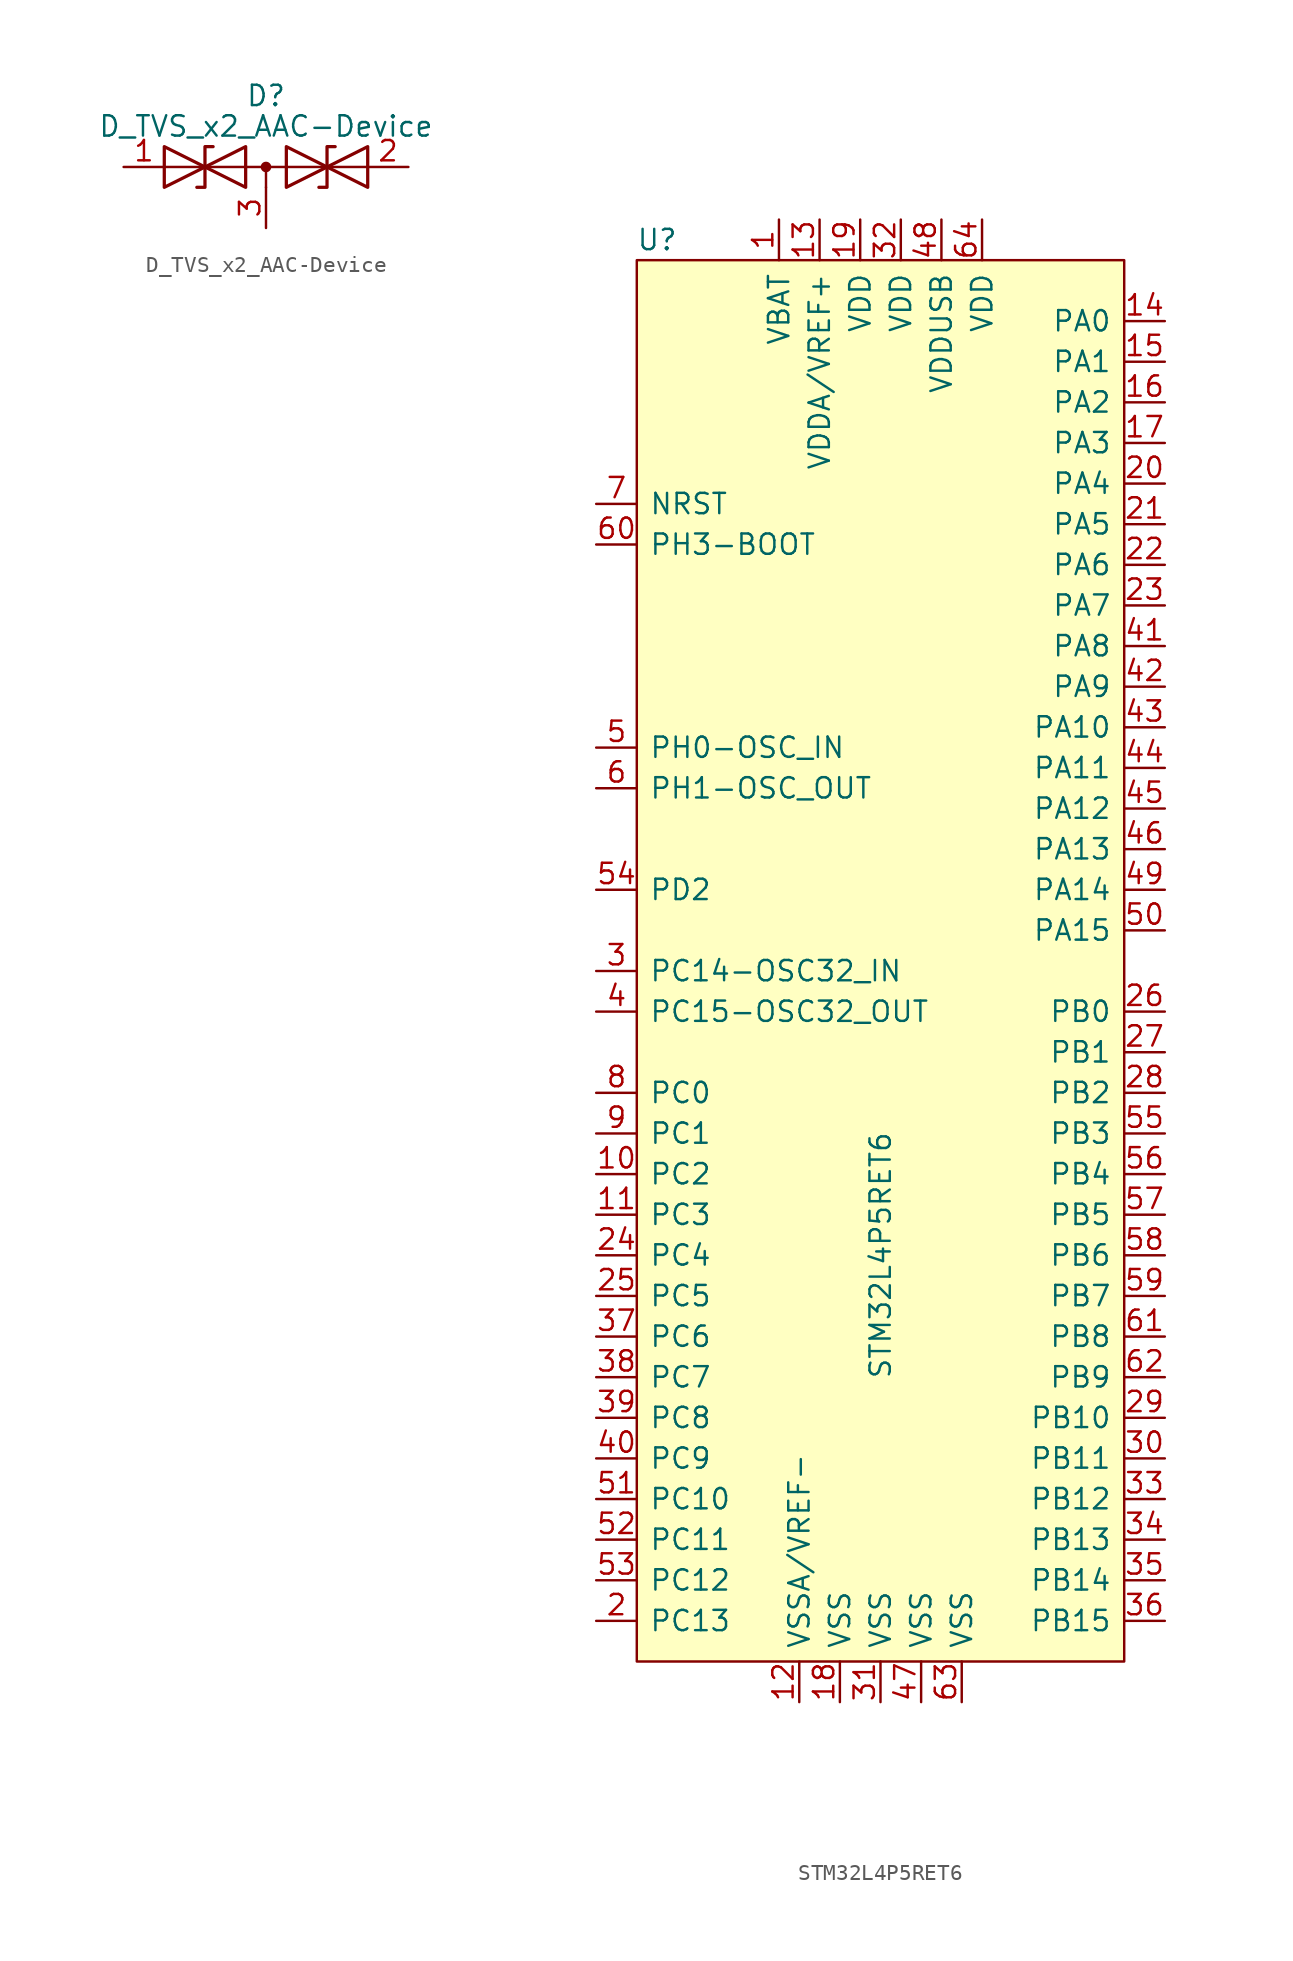
<source format=kicad_sym>
(kicad_symbol_lib
  (version 20211014)
  (generator kicad_symbol_editor)
  (symbol "D_TVS_x2_AAC-Device"
    (pin_names
      (offset 1.016) hide)
    (property "Reference" "D"
      (at 0 4.445 0)
      (effects (font (size 1.27 1.27))))
    (property "Value" "D_TVS_x2_AAC-Device"
      (at 0 2.54 0)
      (effects (font (size 1.27 1.27))))
    (symbol "D_TVS_x2_AAC-Device_0_0"
      (polyline (pts (xy 0 -1.27) (xy 0 0)) (stroke (width 0) (type default) (color 0 0 0 0)) (fill (type none))))
    (symbol "D_TVS_x2_AAC-Device_0_1"
      (polyline (pts (xy -6.35 0) (xy 6.35 0)) (stroke (width 0) (type default) (color 0 0 0 0)) (fill (type none)))
      (polyline (pts (xy -3.302 1.27) (xy -3.81 1.27) (xy -3.81 -1.27) (xy -4.318 -1.27)) (stroke (width 0.203) (type default) (color 0 0 0 0)) (fill (type none)))
      (polyline (pts (xy 4.318 1.27) (xy 3.81 1.27) (xy 3.81 -1.27) (xy 3.302 -1.27)) (stroke (width 0.203) (type default) (color 0 0 0 0)) (fill (type none)))
      (polyline (pts (xy -6.35 -1.27) (xy -1.27 1.27) (xy -1.27 -1.27) (xy -6.35 1.27) (xy -6.35 -1.27)) (stroke (width 0.203) (type default) (color 0 0 0 0)) (fill (type none)))
      (polyline (pts (xy 1.27 -1.27) (xy 1.27 1.27) (xy 6.35 -1.27) (xy 6.35 1.27) (xy 1.27 -1.27)) (stroke (width 0.203) (type default) (color 0 0 0 0)) (fill (type none)))
      (circle (center 0 0) (radius 0.254) (stroke (width 0) (type default) (color 0 0 0 0)) (fill (type outline))))
    (symbol "D_TVS_x2_AAC-Device_1_1"
      (pin passive line (at -8.89 0 0) (length 2.54) (name "A1" (effects (font (size 1.27 1.27)))) (number "1" (effects (font (size 1.27 1.27)))))
      (pin passive line (at 8.89 0 180) (length 2.54) (name "A2" (effects (font (size 1.27 1.27)))) (number "2" (effects (font (size 1.27 1.27)))))
      (pin input line (at 0 -3.81 90) (length 2.54) (name "common" (effects (font (size 1.27 1.27)))) (number "3" (effects (font (size 1.27 1.27)))))))
  (symbol "STM32L4P5RET6"
    (pin_names
      (offset 0.762))
    (property "Reference" "U"
      (at -13.97 43.18 0)
      (effects (font (size 1.27 1.27))))
    (property "Value" "STM32L4P5RET6"
      (at 0 -20.32 90)
      (effects (font (size 1.27 1.27))))
    (symbol "STM32L4P5RET6_0_0"
      (pin power_in line (at -6.35 44.45 270) (length 2.54) (name "VBAT" (effects (font (size 1.27 1.27)))) (number "1" (effects (font (size 1.27 1.27)))))
      (pin bidirectional line (at -17.78 -15.24 0) (length 2.54) (name "PC2" (effects (font (size 1.27 1.27)))) (number "10" (effects (font (size 1.27 1.27)))))
      (pin bidirectional line (at -17.78 -17.78 0) (length 2.54) (name "PC3" (effects (font (size 1.27 1.27)))) (number "11" (effects (font (size 1.27 1.27)))))
      (pin power_in line (at -5.08 -48.26 90) (length 2.54) (name "VSSA/VREF-" (effects (font (size 1.27 1.27)))) (number "12" (effects (font (size 1.27 1.27)))))
      (pin power_in line (at -3.81 44.45 270) (length 2.54) (name "VDDA/VREF+" (effects (font (size 1.27 1.27)))) (number "13" (effects (font (size 1.27 1.27)))))
      (pin bidirectional line (at 17.78 38.1 180) (length 2.54) (name "PA0" (effects (font (size 1.27 1.27)))) (number "14" (effects (font (size 1.27 1.27)))))
      (pin bidirectional line (at 17.78 35.56 180) (length 2.54) (name "PA1" (effects (font (size 1.27 1.27)))) (number "15" (effects (font (size 1.27 1.27)))))
      (pin bidirectional line (at 17.78 33.02 180) (length 2.54) (name "PA2" (effects (font (size 1.27 1.27)))) (number "16" (effects (font (size 1.27 1.27)))))
      (pin bidirectional line (at 17.78 30.48 180) (length 2.54) (name "PA3" (effects (font (size 1.27 1.27)))) (number "17" (effects (font (size 1.27 1.27)))))
      (pin power_in line (at -2.54 -48.26 90) (length 2.54) (name "VSS" (effects (font (size 1.27 1.27)))) (number "18" (effects (font (size 1.27 1.27)))))
      (pin power_in line (at -1.27 44.45 270) (length 2.54) (name "VDD" (effects (font (size 1.27 1.27)))) (number "19" (effects (font (size 1.27 1.27)))))
      (pin bidirectional line (at -17.78 -43.18 0) (length 2.54) (name "PC13" (effects (font (size 1.27 1.27)))) (number "2" (effects (font (size 1.27 1.27)))))
      (pin bidirectional line (at 17.78 27.94 180) (length 2.54) (name "PA4" (effects (font (size 1.27 1.27)))) (number "20" (effects (font (size 1.27 1.27)))))
      (pin bidirectional line (at 17.78 25.4 180) (length 2.54) (name "PA5" (effects (font (size 1.27 1.27)))) (number "21" (effects (font (size 1.27 1.27)))))
      (pin bidirectional line (at 17.78 22.86 180) (length 2.54) (name "PA6" (effects (font (size 1.27 1.27)))) (number "22" (effects (font (size 1.27 1.27)))))
      (pin bidirectional line (at 17.78 20.32 180) (length 2.54) (name "PA7" (effects (font (size 1.27 1.27)))) (number "23" (effects (font (size 1.27 1.27)))))
      (pin bidirectional line (at -17.78 -20.32 0) (length 2.54) (name "PC4" (effects (font (size 1.27 1.27)))) (number "24" (effects (font (size 1.27 1.27)))))
      (pin bidirectional line (at -17.78 -22.86 0) (length 2.54) (name "PC5" (effects (font (size 1.27 1.27)))) (number "25" (effects (font (size 1.27 1.27)))))
      (pin bidirectional line (at 17.78 -5.08 180) (length 2.54) (name "PB0" (effects (font (size 1.27 1.27)))) (number "26" (effects (font (size 1.27 1.27)))))
      (pin bidirectional line (at 17.78 -7.62 180) (length 2.54) (name "PB1" (effects (font (size 1.27 1.27)))) (number "27" (effects (font (size 1.27 1.27)))))
      (pin bidirectional line (at 17.78 -10.16 180) (length 2.54) (name "PB2" (effects (font (size 1.27 1.27)))) (number "28" (effects (font (size 1.27 1.27)))))
      (pin bidirectional line (at 17.78 -30.48 180) (length 2.54) (name "PB10" (effects (font (size 1.27 1.27)))) (number "29" (effects (font (size 1.27 1.27)))))
      (pin bidirectional line (at -17.78 -2.54 0) (length 2.54) (name "PC14-OSC32_IN" (effects (font (size 1.27 1.27)))) (number "3" (effects (font (size 1.27 1.27)))))
      (pin bidirectional line (at 17.78 -33.02 180) (length 2.54) (name "PB11" (effects (font (size 1.27 1.27)))) (number "30" (effects (font (size 1.27 1.27)))))
      (pin power_in line (at 0 -48.26 90) (length 2.54) (name "VSS" (effects (font (size 1.27 1.27)))) (number "31" (effects (font (size 1.27 1.27)))))
      (pin power_in line (at 1.27 44.45 270) (length 2.54) (name "VDD" (effects (font (size 1.27 1.27)))) (number "32" (effects (font (size 1.27 1.27)))))
      (pin bidirectional line (at 17.78 -35.56 180) (length 2.54) (name "PB12" (effects (font (size 1.27 1.27)))) (number "33" (effects (font (size 1.27 1.27)))))
      (pin bidirectional line (at 17.78 -38.1 180) (length 2.54) (name "PB13" (effects (font (size 1.27 1.27)))) (number "34" (effects (font (size 1.27 1.27)))))
      (pin bidirectional line (at 17.78 -40.64 180) (length 2.54) (name "PB14" (effects (font (size 1.27 1.27)))) (number "35" (effects (font (size 1.27 1.27)))))
      (pin bidirectional line (at 17.78 -43.18 180) (length 2.54) (name "PB15" (effects (font (size 1.27 1.27)))) (number "36" (effects (font (size 1.27 1.27)))))
      (pin bidirectional line (at -17.78 -25.4 0) (length 2.54) (name "PC6" (effects (font (size 1.27 1.27)))) (number "37" (effects (font (size 1.27 1.27)))))
      (pin bidirectional line (at -17.78 -27.94 0) (length 2.54) (name "PC7" (effects (font (size 1.27 1.27)))) (number "38" (effects (font (size 1.27 1.27)))))
      (pin bidirectional line (at -17.78 -30.48 0) (length 2.54) (name "PC8" (effects (font (size 1.27 1.27)))) (number "39" (effects (font (size 1.27 1.27)))))
      (pin bidirectional line (at -17.78 -5.08 0) (length 2.54) (name "PC15-OSC32_OUT" (effects (font (size 1.27 1.27)))) (number "4" (effects (font (size 1.27 1.27)))))
      (pin bidirectional line (at -17.78 -33.02 0) (length 2.54) (name "PC9" (effects (font (size 1.27 1.27)))) (number "40" (effects (font (size 1.27 1.27)))))
      (pin bidirectional line (at 17.78 17.78 180) (length 2.54) (name "PA8" (effects (font (size 1.27 1.27)))) (number "41" (effects (font (size 1.27 1.27)))))
      (pin bidirectional line (at 17.78 15.24 180) (length 2.54) (name "PA9" (effects (font (size 1.27 1.27)))) (number "42" (effects (font (size 1.27 1.27)))))
      (pin bidirectional line (at 17.78 12.7 180) (length 2.54) (name "PA10" (effects (font (size 1.27 1.27)))) (number "43" (effects (font (size 1.27 1.27)))))
      (pin bidirectional line (at 17.78 10.16 180) (length 2.54) (name "PA11" (effects (font (size 1.27 1.27)))) (number "44" (effects (font (size 1.27 1.27)))))
      (pin bidirectional line (at 17.78 7.62 180) (length 2.54) (name "PA12" (effects (font (size 1.27 1.27)))) (number "45" (effects (font (size 1.27 1.27)))))
      (pin bidirectional line (at 17.78 5.08 180) (length 2.54) (name "PA13" (effects (font (size 1.27 1.27)))) (number "46" (effects (font (size 1.27 1.27)))))
      (pin power_in line (at 2.54 -48.26 90) (length 2.54) (name "VSS" (effects (font (size 1.27 1.27)))) (number "47" (effects (font (size 1.27 1.27)))))
      (pin power_in line (at 3.81 44.45 270) (length 2.54) (name "VDDUSB" (effects (font (size 1.27 1.27)))) (number "48" (effects (font (size 1.27 1.27)))))
      (pin bidirectional line (at 17.78 2.54 180) (length 2.54) (name "PA14" (effects (font (size 1.27 1.27)))) (number "49" (effects (font (size 1.27 1.27)))))
      (pin input line (at -17.78 11.43 0) (length 2.54) (name "PH0-OSC_IN" (effects (font (size 1.27 1.27)))) (number "5" (effects (font (size 1.27 1.27)))))
      (pin bidirectional line (at 17.78 0 180) (length 2.54) (name "PA15" (effects (font (size 1.27 1.27)))) (number "50" (effects (font (size 1.27 1.27)))))
      (pin bidirectional line (at -17.78 -35.56 0) (length 2.54) (name "PC10" (effects (font (size 1.27 1.27)))) (number "51" (effects (font (size 1.27 1.27)))))
      (pin bidirectional line (at -17.78 -38.1 0) (length 2.54) (name "PC11" (effects (font (size 1.27 1.27)))) (number "52" (effects (font (size 1.27 1.27)))))
      (pin bidirectional line (at -17.78 -40.64 0) (length 2.54) (name "PC12" (effects (font (size 1.27 1.27)))) (number "53" (effects (font (size 1.27 1.27)))))
      (pin bidirectional line (at -17.78 2.54 0) (length 2.54) (name "PD2" (effects (font (size 1.27 1.27)))) (number "54" (effects (font (size 1.27 1.27)))))
      (pin bidirectional line (at 17.78 -12.7 180) (length 2.54) (name "PB3" (effects (font (size 1.27 1.27)))) (number "55" (effects (font (size 1.27 1.27)))))
      (pin bidirectional line (at 17.78 -15.24 180) (length 2.54) (name "PB4" (effects (font (size 1.27 1.27)))) (number "56" (effects (font (size 1.27 1.27)))))
      (pin bidirectional line (at 17.78 -17.78 180) (length 2.54) (name "PB5" (effects (font (size 1.27 1.27)))) (number "57" (effects (font (size 1.27 1.27)))))
      (pin bidirectional line (at 17.78 -20.32 180) (length 2.54) (name "PB6" (effects (font (size 1.27 1.27)))) (number "58" (effects (font (size 1.27 1.27)))))
      (pin bidirectional line (at 17.78 -22.86 180) (length 2.54) (name "PB7" (effects (font (size 1.27 1.27)))) (number "59" (effects (font (size 1.27 1.27)))))
      (pin input line (at -17.78 8.89 0) (length 2.54) (name "PH1-OSC_OUT" (effects (font (size 1.27 1.27)))) (number "6" (effects (font (size 1.27 1.27)))))
      (pin input line (at -17.78 24.13 0) (length 2.54) (name "PH3-BOOT" (effects (font (size 1.27 1.27)))) (number "60" (effects (font (size 1.27 1.27)))))
      (pin bidirectional line (at 17.78 -25.4 180) (length 2.54) (name "PB8" (effects (font (size 1.27 1.27)))) (number "61" (effects (font (size 1.27 1.27)))))
      (pin bidirectional line (at 17.78 -27.94 180) (length 2.54) (name "PB9" (effects (font (size 1.27 1.27)))) (number "62" (effects (font (size 1.27 1.27)))))
      (pin power_in line (at 5.08 -48.26 90) (length 2.54) (name "VSS" (effects (font (size 1.27 1.27)))) (number "63" (effects (font (size 1.27 1.27)))))
      (pin power_in line (at 6.35 44.45 270) (length 2.54) (name "VDD" (effects (font (size 1.27 1.27)))) (number "64" (effects (font (size 1.27 1.27)))))
      (pin input line (at -17.78 26.67 0) (length 2.54) (name "NRST" (effects (font (size 1.27 1.27)))) (number "7" (effects (font (size 1.27 1.27)))))
      (pin bidirectional line (at -17.78 -10.16 0) (length 2.54) (name "PC0" (effects (font (size 1.27 1.27)))) (number "8" (effects (font (size 1.27 1.27)))))
      (pin bidirectional line (at -17.78 -12.7 0) (length 2.54) (name "PC1" (effects (font (size 1.27 1.27)))) (number "9" (effects (font (size 1.27 1.27))))))
    (symbol "STM32L4P5RET6_0_1"
      (rectangle (start 15.24 41.91) (end -15.24 -45.72) (stroke (width 0) (type default) (color 0 0 0 0)) (fill (type background))))))
</source>
